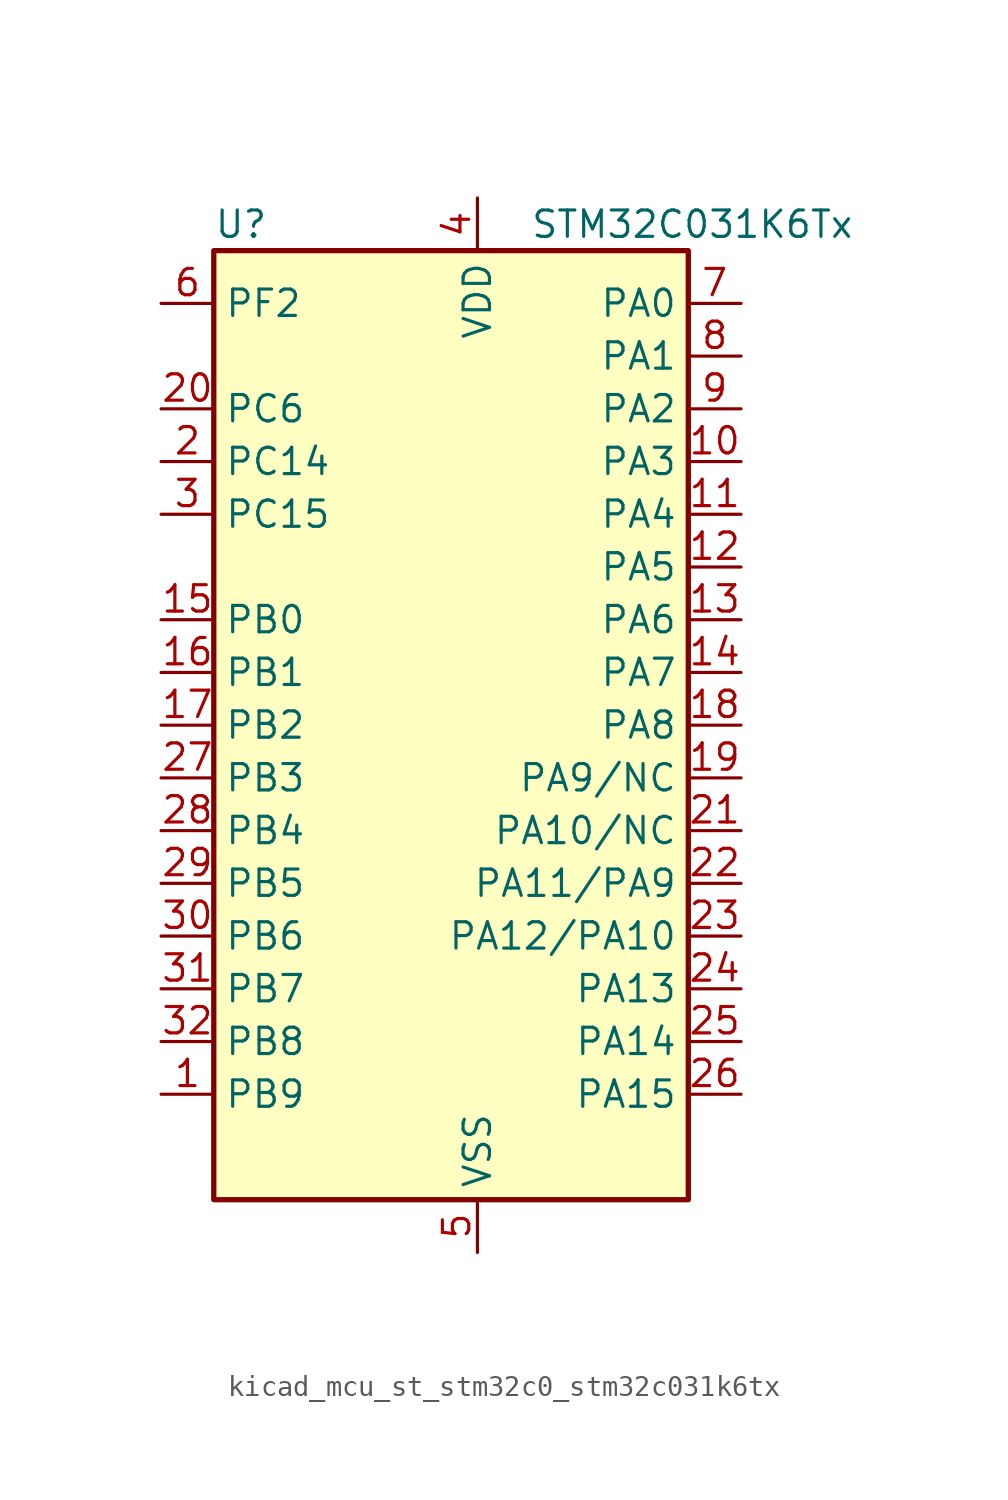
<source format=kicad_sym>
(kicad_symbol_lib
  (version 20220914)
  (generator kicad_symbol_editor)
  (symbol "kicad_mcu_st_stm32c0_stm32c031k6tx"
    (property "Reference" "U"
      (at -10.16 24.13 0)
      (effects (font (size 1.27 1.27)) (justify left)))
    (property "Value" "STM32C031K6Tx"
      (at 5.08 24.13 0)
      (effects (font (size 1.27 1.27)) (justify left)))
    (property "ki_locked" ""
      (at 0 0 0)
      (effects (font (size 1.27 1.27))))
    (symbol "kicad_mcu_st_stm32c0_stm32c031k6tx_0_1"
      (rectangle (start -10.16 -22.86) (end 12.7 22.86) (stroke (width 0.254) (type default)) (fill (type background))))
    (symbol "kicad_mcu_st_stm32c0_stm32c031k6tx_1_1"
      (pin bidirectional line (at -12.7 -17.78 0) (length 2.54) (name "PB9" (effects (font (size 1.27 1.27)))) (number "1" (effects (font (size 1.27 1.27)))) (alternate "I2C1_SDA" bidirectional line) (alternate "IR_OUT" bidirectional line) (alternate "TIM17_CH1" bidirectional line) (alternate "TIM3_CH2" bidirectional line) (alternate "USART2_CK" bidirectional line) (alternate "USART2_DE" bidirectional line) (alternate "USART2_RTS" bidirectional line))
      (pin bidirectional line (at 15.24 12.7 180) (length 2.54) (name "PA3" (effects (font (size 1.27 1.27)))) (number "10" (effects (font (size 1.27 1.27)))) (alternate "ADC1_IN3" bidirectional line) (alternate "TIM1_CH1N" bidirectional line) (alternate "TIM1_CH4" bidirectional line) (alternate "USART2_RX" bidirectional line))
      (pin bidirectional line (at 15.24 10.16 180) (length 2.54) (name "PA4" (effects (font (size 1.27 1.27)))) (number "11" (effects (font (size 1.27 1.27)))) (alternate "ADC1_IN4" bidirectional line) (alternate "I2S1_WS" bidirectional line) (alternate "PWR_WKUP2" bidirectional line) (alternate "RTC_OUT1" bidirectional line) (alternate "RTC_TS" bidirectional line) (alternate "SPI1_NSS" bidirectional line) (alternate "TIM14_CH1" bidirectional line) (alternate "TIM17_CH1N" bidirectional line) (alternate "TIM1_CH2N" bidirectional line) (alternate "USART2_TX" bidirectional line))
      (pin bidirectional line (at 15.24 7.62 180) (length 2.54) (name "PA5" (effects (font (size 1.27 1.27)))) (number "12" (effects (font (size 1.27 1.27)))) (alternate "ADC1_IN5" bidirectional line) (alternate "I2S1_CK" bidirectional line) (alternate "SPI1_SCK" bidirectional line) (alternate "TIM1_CH1" bidirectional line) (alternate "TIM1_CH3N" bidirectional line) (alternate "USART2_RX" bidirectional line))
      (pin bidirectional line (at 15.24 5.08 180) (length 2.54) (name "PA6" (effects (font (size 1.27 1.27)))) (number "13" (effects (font (size 1.27 1.27)))) (alternate "ADC1_IN6" bidirectional line) (alternate "I2S1_MCK" bidirectional line) (alternate "SPI1_MISO" bidirectional line) (alternate "TIM16_CH1" bidirectional line) (alternate "TIM1_BKIN" bidirectional line) (alternate "TIM3_CH1" bidirectional line))
      (pin bidirectional line (at 15.24 2.54 180) (length 2.54) (name "PA7" (effects (font (size 1.27 1.27)))) (number "14" (effects (font (size 1.27 1.27)))) (alternate "ADC1_IN7" bidirectional line) (alternate "I2S1_SD" bidirectional line) (alternate "SPI1_MOSI" bidirectional line) (alternate "TIM14_CH1" bidirectional line) (alternate "TIM17_CH1" bidirectional line) (alternate "TIM1_CH1N" bidirectional line) (alternate "TIM3_CH2" bidirectional line))
      (pin bidirectional line (at -12.7 5.08 0) (length 2.54) (name "PB0" (effects (font (size 1.27 1.27)))) (number "15" (effects (font (size 1.27 1.27)))) (alternate "ADC1_IN17" bidirectional line) (alternate "I2S1_WS" bidirectional line) (alternate "SPI1_NSS" bidirectional line) (alternate "TIM1_CH2N" bidirectional line) (alternate "TIM3_CH3" bidirectional line))
      (pin bidirectional line (at -12.7 2.54 0) (length 2.54) (name "PB1" (effects (font (size 1.27 1.27)))) (number "16" (effects (font (size 1.27 1.27)))) (alternate "ADC1_IN18" bidirectional line) (alternate "TIM14_CH1" bidirectional line) (alternate "TIM1_CH2N" bidirectional line) (alternate "TIM1_CH3N" bidirectional line) (alternate "TIM3_CH4" bidirectional line))
      (pin bidirectional line (at -12.7 0 0) (length 2.54) (name "PB2" (effects (font (size 1.27 1.27)))) (number "17" (effects (font (size 1.27 1.27)))) (alternate "ADC1_IN19" bidirectional line) (alternate "RCC_MCO_2" bidirectional line) (alternate "USART1_RX" bidirectional line))
      (pin bidirectional line (at 15.24 0 180) (length 2.54) (name "PA8" (effects (font (size 1.27 1.27)))) (number "18" (effects (font (size 1.27 1.27)))) (alternate "ADC1_IN8" bidirectional line) (alternate "I2S1_WS" bidirectional line) (alternate "RCC_MCO" bidirectional line) (alternate "RCC_MCO_2" bidirectional line) (alternate "SPI1_NSS" bidirectional line) (alternate "TIM14_CH1" bidirectional line) (alternate "TIM1_CH1" bidirectional line) (alternate "TIM1_CH2N" bidirectional line) (alternate "TIM1_CH3N" bidirectional line) (alternate "TIM3_CH3" bidirectional line) (alternate "TIM3_CH4" bidirectional line) (alternate "USART1_RX" bidirectional line) (alternate "USART2_TX" bidirectional line))
      (pin bidirectional line (at 15.24 -2.54 180) (length 2.54) (name "PA9/NC" (effects (font (size 1.27 1.27)))) (number "19" (effects (font (size 1.27 1.27)))) (alternate "I2C1_SCL" bidirectional line) (alternate "RCC_MCO" bidirectional line) (alternate "TIM1_CH2" bidirectional line) (alternate "TIM3_ETR" bidirectional line) (alternate "USART1_TX" bidirectional line))
      (pin bidirectional line (at -12.7 12.7 0) (length 2.54) (name "PC14" (effects (font (size 1.27 1.27)))) (number "2" (effects (font (size 1.27 1.27)))) (alternate "I2C1_SDA" bidirectional line) (alternate "IR_OUT" bidirectional line) (alternate "RCC_OSCX_IN" bidirectional line) (alternate "TIM17_CH1" bidirectional line) (alternate "TIM1_BKIN2" bidirectional line) (alternate "TIM1_ETR" bidirectional line) (alternate "TIM3_CH2" bidirectional line) (alternate "USART1_TX" bidirectional line) (alternate "USART2_CK" bidirectional line) (alternate "USART2_DE" bidirectional line) (alternate "USART2_RTS" bidirectional line))
      (pin bidirectional line (at -12.7 15.24 0) (length 2.54) (name "PC6" (effects (font (size 1.27 1.27)))) (number "20" (effects (font (size 1.27 1.27)))) (alternate "TIM3_CH1" bidirectional line))
      (pin bidirectional line (at 15.24 -5.08 180) (length 2.54) (name "PA10/NC" (effects (font (size 1.27 1.27)))) (number "21" (effects (font (size 1.27 1.27)))) (alternate "I2C1_SDA" bidirectional line) (alternate "RCC_MCO_2" bidirectional line) (alternate "TIM17_BKIN" bidirectional line) (alternate "TIM1_CH3" bidirectional line) (alternate "USART1_RX" bidirectional line))
      (pin bidirectional line (at 15.24 -7.62 180) (length 2.54) (name "PA11/PA9" (effects (font (size 1.27 1.27)))) (number "22" (effects (font (size 1.27 1.27)))) (alternate "ADC1_EXTI11" bidirectional line) (alternate "ADC1_IN11" bidirectional line) (alternate "I2S1_MCK" bidirectional line) (alternate "SPI1_MISO" bidirectional line) (alternate "TIM1_BKIN2" bidirectional line) (alternate "TIM1_CH4" bidirectional line) (alternate "USART1_CTS" bidirectional line) (alternate "USART1_NSS" bidirectional line))
      (pin bidirectional line (at 15.24 -10.16 180) (length 2.54) (name "PA12/PA10" (effects (font (size 1.27 1.27)))) (number "23" (effects (font (size 1.27 1.27)))) (alternate "ADC1_IN12" bidirectional line) (alternate "I2S1_SD" bidirectional line) (alternate "I2S_CKIN" bidirectional line) (alternate "SPI1_MOSI" bidirectional line) (alternate "TIM1_ETR" bidirectional line) (alternate "USART1_CK" bidirectional line) (alternate "USART1_DE" bidirectional line) (alternate "USART1_RTS" bidirectional line))
      (pin bidirectional line (at 15.24 -12.7 180) (length 2.54) (name "PA13" (effects (font (size 1.27 1.27)))) (number "24" (effects (font (size 1.27 1.27)))) (alternate "ADC1_IN13" bidirectional line) (alternate "DEBUG_SWDIO" bidirectional line) (alternate "IR_OUT" bidirectional line) (alternate "TIM3_ETR" bidirectional line) (alternate "USART2_RX" bidirectional line))
      (pin bidirectional line (at 15.24 -15.24 180) (length 2.54) (name "PA14" (effects (font (size 1.27 1.27)))) (number "25" (effects (font (size 1.27 1.27)))) (alternate "ADC1_IN14" bidirectional line) (alternate "DEBUG_SWCLK" bidirectional line) (alternate "I2S1_WS" bidirectional line) (alternate "RCC_MCO_2" bidirectional line) (alternate "SPI1_NSS" bidirectional line) (alternate "TIM1_CH1" bidirectional line) (alternate "USART1_CK" bidirectional line) (alternate "USART1_DE" bidirectional line) (alternate "USART1_RTS" bidirectional line) (alternate "USART2_RX" bidirectional line) (alternate "USART2_TX" bidirectional line))
      (pin bidirectional line (at 15.24 -17.78 180) (length 2.54) (name "PA15" (effects (font (size 1.27 1.27)))) (number "26" (effects (font (size 1.27 1.27)))) (alternate "I2S1_WS" bidirectional line) (alternate "RCC_MCO_2" bidirectional line) (alternate "SPI1_NSS" bidirectional line) (alternate "TIM1_CH1" bidirectional line) (alternate "USART1_CK" bidirectional line) (alternate "USART1_DE" bidirectional line) (alternate "USART1_RTS" bidirectional line) (alternate "USART2_RX" bidirectional line))
      (pin bidirectional line (at -12.7 -2.54 0) (length 2.54) (name "PB3" (effects (font (size 1.27 1.27)))) (number "27" (effects (font (size 1.27 1.27)))) (alternate "I2S1_CK" bidirectional line) (alternate "SPI1_SCK" bidirectional line) (alternate "TIM1_CH2" bidirectional line) (alternate "TIM3_CH2" bidirectional line) (alternate "USART1_CK" bidirectional line) (alternate "USART1_DE" bidirectional line) (alternate "USART1_RTS" bidirectional line))
      (pin bidirectional line (at -12.7 -5.08 0) (length 2.54) (name "PB4" (effects (font (size 1.27 1.27)))) (number "28" (effects (font (size 1.27 1.27)))) (alternate "I2S1_MCK" bidirectional line) (alternate "SPI1_MISO" bidirectional line) (alternate "TIM17_BKIN" bidirectional line) (alternate "TIM3_CH1" bidirectional line) (alternate "USART1_CTS" bidirectional line) (alternate "USART1_NSS" bidirectional line))
      (pin bidirectional line (at -12.7 -7.62 0) (length 2.54) (name "PB5" (effects (font (size 1.27 1.27)))) (number "29" (effects (font (size 1.27 1.27)))) (alternate "I2C1_SMBA" bidirectional line) (alternate "I2S1_SD" bidirectional line) (alternate "PWR_WKUP6" bidirectional line) (alternate "SPI1_MOSI" bidirectional line) (alternate "TIM16_BKIN" bidirectional line) (alternate "TIM3_CH2" bidirectional line) (alternate "TIM3_CH3" bidirectional line))
      (pin bidirectional line (at -12.7 10.16 0) (length 2.54) (name "PC15" (effects (font (size 1.27 1.27)))) (number "3" (effects (font (size 1.27 1.27)))) (alternate "RCC_OSC32_EN" bidirectional line) (alternate "RCC_OSCX_OUT" bidirectional line) (alternate "RCC_OSC_EN" bidirectional line) (alternate "TIM1_ETR" bidirectional line) (alternate "TIM3_CH3" bidirectional line))
      (pin bidirectional line (at -12.7 -10.16 0) (length 2.54) (name "PB6" (effects (font (size 1.27 1.27)))) (number "30" (effects (font (size 1.27 1.27)))) (alternate "I2C1_SCL" bidirectional line) (alternate "I2C1_SMBA" bidirectional line) (alternate "I2S1_CK" bidirectional line) (alternate "I2S1_MCK" bidirectional line) (alternate "I2S1_SD" bidirectional line) (alternate "PWR_WKUP3" bidirectional line) (alternate "SPI1_MISO" bidirectional line) (alternate "SPI1_MOSI" bidirectional line) (alternate "SPI1_SCK" bidirectional line) (alternate "TIM16_BKIN" bidirectional line) (alternate "TIM16_CH1N" bidirectional line) (alternate "TIM17_BKIN" bidirectional line) (alternate "TIM1_CH2" bidirectional line) (alternate "TIM1_CH3" bidirectional line) (alternate "TIM3_CH1" bidirectional line) (alternate "TIM3_CH2" bidirectional line) (alternate "TIM3_CH3" bidirectional line) (alternate "USART1_CK" bidirectional line) (alternate "USART1_CTS" bidirectional line) (alternate "USART1_DE" bidirectional line) (alternate "USART1_NSS" bidirectional line) (alternate "USART1_RTS" bidirectional line) (alternate "USART1_TX" bidirectional line))
      (pin bidirectional line (at -12.7 -12.7 0) (length 2.54) (name "PB7" (effects (font (size 1.27 1.27)))) (number "31" (effects (font (size 1.27 1.27)))) (alternate "I2C1_SCL" bidirectional line) (alternate "I2C1_SDA" bidirectional line) (alternate "RTC_REFIN" bidirectional line) (alternate "TIM16_CH1" bidirectional line) (alternate "TIM17_CH1N" bidirectional line) (alternate "TIM1_CH4" bidirectional line) (alternate "TIM3_CH1" bidirectional line) (alternate "TIM3_CH4" bidirectional line) (alternate "USART1_RX" bidirectional line) (alternate "USART2_CTS" bidirectional line) (alternate "USART2_NSS" bidirectional line))
      (pin bidirectional line (at -12.7 -15.24 0) (length 2.54) (name "PB8" (effects (font (size 1.27 1.27)))) (number "32" (effects (font (size 1.27 1.27)))) (alternate "I2C1_SCL" bidirectional line) (alternate "TIM16_CH1" bidirectional line) (alternate "TIM3_CH1" bidirectional line) (alternate "USART2_CTS" bidirectional line) (alternate "USART2_NSS" bidirectional line))
      (pin power_in line (at 2.54 25.4 270) (length 2.54) (name "VDD" (effects (font (size 1.27 1.27)))) (number "4" (effects (font (size 1.27 1.27)))))
      (pin power_in line (at 2.54 -25.4 90) (length 2.54) (name "VSS" (effects (font (size 1.27 1.27)))) (number "5" (effects (font (size 1.27 1.27)))))
      (pin bidirectional line (at -12.7 20.32 0) (length 2.54) (name "PF2" (effects (font (size 1.27 1.27)))) (number "6" (effects (font (size 1.27 1.27)))) (alternate "RCC_MCO" bidirectional line) (alternate "TIM1_CH4" bidirectional line))
      (pin bidirectional line (at 15.24 20.32 180) (length 2.54) (name "PA0" (effects (font (size 1.27 1.27)))) (number "7" (effects (font (size 1.27 1.27)))) (alternate "ADC1_IN0" bidirectional line) (alternate "PWR_WKUP1" bidirectional line) (alternate "TIM16_CH1" bidirectional line) (alternate "TIM1_CH1" bidirectional line) (alternate "USART1_TX" bidirectional line) (alternate "USART2_CTS" bidirectional line) (alternate "USART2_NSS" bidirectional line))
      (pin bidirectional line (at 15.24 17.78 180) (length 2.54) (name "PA1" (effects (font (size 1.27 1.27)))) (number "8" (effects (font (size 1.27 1.27)))) (alternate "ADC1_IN1" bidirectional line) (alternate "I2C1_SMBA" bidirectional line) (alternate "I2S1_CK" bidirectional line) (alternate "SPI1_SCK" bidirectional line) (alternate "TIM17_CH1" bidirectional line) (alternate "TIM1_CH2" bidirectional line) (alternate "USART1_RX" bidirectional line) (alternate "USART2_CK" bidirectional line) (alternate "USART2_DE" bidirectional line) (alternate "USART2_RTS" bidirectional line))
      (pin bidirectional line (at 15.24 15.24 180) (length 2.54) (name "PA2" (effects (font (size 1.27 1.27)))) (number "9" (effects (font (size 1.27 1.27)))) (alternate "ADC1_IN2" bidirectional line) (alternate "I2S1_SD" bidirectional line) (alternate "PWR_WKUP4" bidirectional line) (alternate "RCC_LSCO" bidirectional line) (alternate "SPI1_MOSI" bidirectional line) (alternate "TIM16_CH1N" bidirectional line) (alternate "TIM1_CH3" bidirectional line) (alternate "TIM3_ETR" bidirectional line) (alternate "USART2_TX" bidirectional line)))))
</source>
